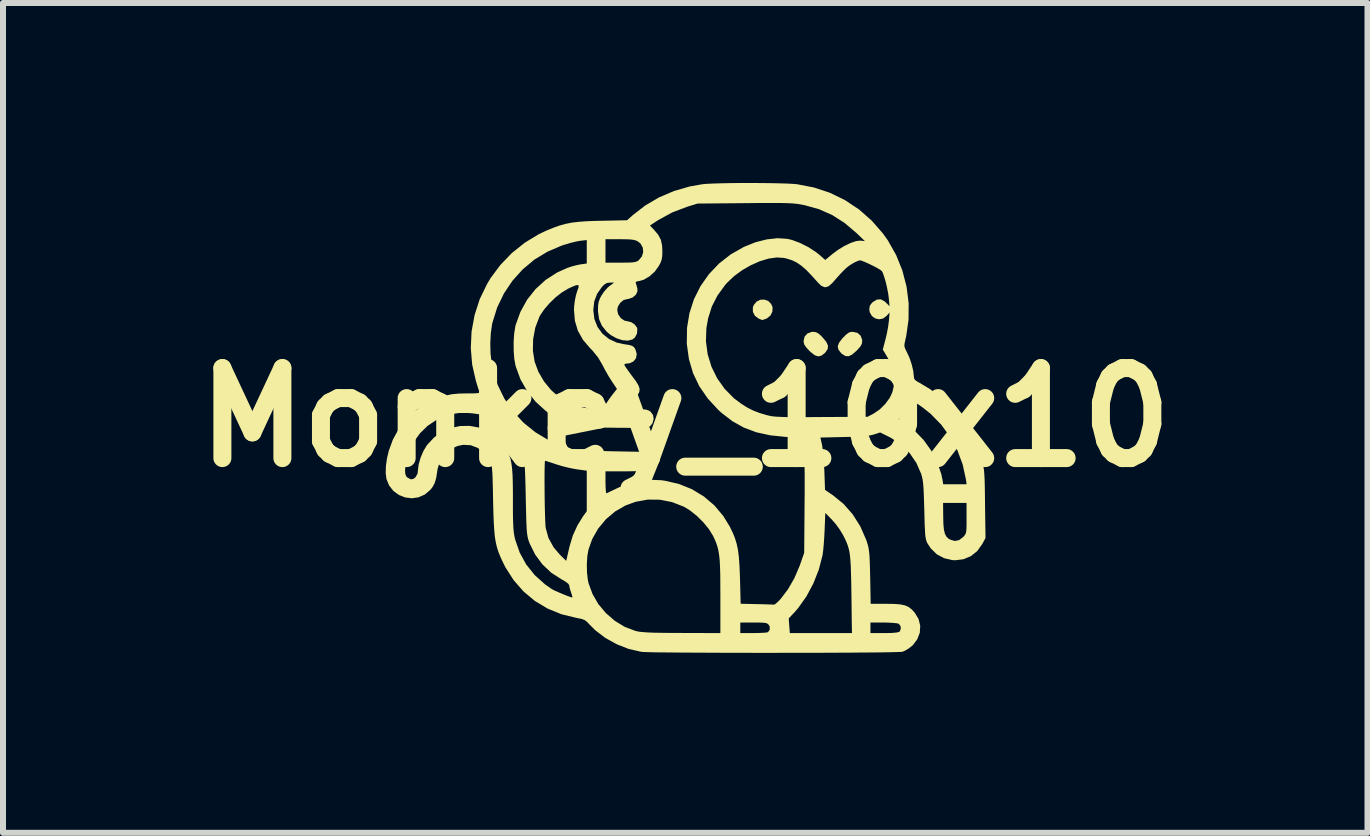
<source format=kicad_pcb>
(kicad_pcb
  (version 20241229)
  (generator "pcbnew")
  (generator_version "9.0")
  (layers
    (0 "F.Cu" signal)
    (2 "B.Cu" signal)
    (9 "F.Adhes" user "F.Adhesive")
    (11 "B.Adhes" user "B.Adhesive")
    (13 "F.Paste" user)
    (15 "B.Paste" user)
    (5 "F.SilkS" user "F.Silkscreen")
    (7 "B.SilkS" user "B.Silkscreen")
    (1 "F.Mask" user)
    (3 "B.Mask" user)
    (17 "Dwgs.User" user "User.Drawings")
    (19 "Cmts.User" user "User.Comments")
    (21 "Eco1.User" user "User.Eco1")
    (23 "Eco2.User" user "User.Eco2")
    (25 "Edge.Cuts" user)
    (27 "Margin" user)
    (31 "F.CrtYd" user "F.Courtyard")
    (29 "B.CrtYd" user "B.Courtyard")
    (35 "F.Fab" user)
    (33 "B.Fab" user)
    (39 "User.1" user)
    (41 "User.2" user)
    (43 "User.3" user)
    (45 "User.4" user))
  (footprint "Monkey_10x10"
    (layer "F.Cu")
    (at 8.371 3.907)
    (property "Reference" "Monkey_10x10" (at 0 0 0) (layer "F.SilkS") (effects (font (size 1.5 1.5) (thickness 0.3))))
    (attr board_only exclude_from_pos_files exclude_from_bom)
    (fp_poly (pts (xy 1.384 -1.94) (xy 1.433 -1.891) (xy 1.456 -1.836) (xy 1.453 -1.764) (xy 1.42 -1.697) (xy 1.363 -1.651) (xy 1.346 -1.643) (xy 1.303 -1.629) (xy 1.282 -1.622) (xy 1.282 -1.622) (xy 1.265 -1.63) (xy 1.225 -1.647) (xy 1.218 -1.65) (xy 1.16 -1.695) (xy 1.128 -1.759) (xy 1.127 -1.832) (xy 1.141 -1.872) (xy 1.189 -1.93) (xy 1.252 -1.961) (xy 1.321 -1.963)) (stroke (width 0) (type solid)) (fill yes) (layer "F.SilkS"))
    (fp_poly (pts (xy 2.177 -1.421) (xy 2.216 -1.402) (xy 2.262 -1.362) (xy 2.293 -1.329) (xy 2.353 -1.256) (xy 2.38 -1.195) (xy 2.375 -1.141) (xy 2.339 -1.086) (xy 2.327 -1.073) (xy 2.27 -1.029) (xy 2.216 -1.017) (xy 2.157 -1.037) (xy 2.089 -1.091) (xy 2.068 -1.111) (xy 2.015 -1.169) (xy 1.985 -1.213) (xy 1.974 -1.255) (xy 1.973 -1.274) (xy 1.99 -1.347) (xy 2.037 -1.399) (xy 2.108 -1.425) (xy 2.133 -1.426)) (stroke (width 0) (type solid)) (fill yes) (layer "F.SilkS"))
    (fp_poly (pts (xy 2.869 -1.41) (xy 2.923 -1.363) (xy 2.949 -1.294) (xy 2.95 -1.271) (xy 2.944 -1.227) (xy 2.921 -1.184) (xy 2.874 -1.13) (xy 2.855 -1.111) (xy 2.783 -1.048) (xy 2.723 -1.019) (xy 2.668 -1.023) (xy 2.612 -1.059) (xy 2.597 -1.073) (xy 2.554 -1.129) (xy 2.542 -1.183) (xy 2.562 -1.241) (xy 2.614 -1.312) (xy 2.631 -1.329) (xy 2.684 -1.383) (xy 2.725 -1.413) (xy 2.764 -1.425) (xy 2.793 -1.426)) (stroke (width 0) (type solid)) (fill yes) (layer "F.SilkS"))
    (fp_poly (pts (xy 1.267 -3.906) (xy 1.431 -3.904) (xy 1.581 -3.901) (xy 1.71 -3.897) (xy 1.812 -3.891) (xy 1.866 -3.886) (xy 2.146 -3.832) (xy 2.414 -3.743) (xy 2.665 -3.62) (xy 2.898 -3.465) (xy 3.109 -3.279) (xy 3.295 -3.066) (xy 3.377 -2.951) (xy 3.515 -2.707) (xy 3.619 -2.449) (xy 3.689 -2.18) (xy 3.724 -1.905) (xy 3.722 -1.629) (xy 3.684 -1.357) (xy 3.666 -1.279) (xy 3.654 -1.222) (xy 3.654 -1.181) (xy 3.669 -1.137) (xy 3.696 -1.085) (xy 3.739 -0.99) (xy 3.775 -0.883) (xy 3.8 -0.778) (xy 3.81 -0.691) (xy 3.81 -0.69) (xy 3.814 -0.65) (xy 3.833 -0.621) (xy 3.874 -0.593) (xy 3.903 -0.578) (xy 4.08 -0.472) (xy 4.257 -0.336) (xy 4.425 -0.18) (xy 4.574 -0.011) (xy 4.662 0.11) (xy 4.768 0.284) (xy 4.853 0.462) (xy 4.925 0.659) (xy 4.937 0.698) (xy 4.952 0.749) (xy 4.964 0.795) (xy 4.974 0.841) (xy 4.981 0.893) (xy 4.986 0.956) (xy 4.99 1.037) (xy 4.993 1.14) (xy 4.995 1.271) (xy 4.997 1.435) (xy 4.997 1.44) (xy 5.005 2.011) (xy 4.95 2.112) (xy 4.867 2.228) (xy 4.761 2.313) (xy 4.638 2.364) (xy 4.5 2.381) (xy 4.455 2.379) (xy 4.316 2.347) (xy 4.194 2.282) (xy 4.094 2.185) (xy 4.038 2.1) (xy 4.025 2.073) (xy 4.015 2.043) (xy 4.007 2.005) (xy 4 1.953) (xy 3.996 1.882) (xy 3.991 1.787) (xy 3.988 1.663) (xy 3.985 1.544) (xy 3.981 1.426) (xy 4.298 1.426) (xy 4.3 1.646) (xy 4.303 1.776) (xy 4.312 1.872) (xy 4.329 1.942) (xy 4.356 1.991) (xy 4.394 2.025) (xy 4.415 2.036) (xy 4.493 2.06) (xy 4.564 2.046) (xy 4.632 1.994) (xy 4.636 1.991) (xy 4.657 1.966) (xy 4.672 1.942) (xy 4.682 1.911) (xy 4.687 1.864) (xy 4.689 1.796) (xy 4.689 1.696) (xy 4.689 1.68) (xy 4.689 1.426) (xy 4.494 1.426) (xy 4.298 1.426) (xy 3.981 1.426) (xy 3.98 1.389) (xy 3.976 1.267) (xy 3.971 1.173) (xy 3.965 1.099) (xy 3.957 1.041) (xy 3.947 0.992) (xy 3.934 0.946) (xy 3.93 0.935) (xy 3.852 0.757) (xy 3.741 0.596) (xy 3.601 0.457) (xy 3.437 0.345) (xy 3.391 0.321) (xy 3.249 0.251) (xy 3.144 0.285) (xy 3.093 0.298) (xy 3.028 0.308) (xy 2.944 0.316) (xy 2.834 0.322) (xy 2.692 0.326) (xy 2.645 0.327) (xy 2.253 0.336) (xy 2.28 0.456) (xy 2.29 0.518) (xy 2.3 0.609) (xy 2.309 0.719) (xy 2.316 0.837) (xy 2.319 0.892) (xy 2.33 1.208) (xy 2.465 1.3) (xy 2.64 1.443) (xy 2.791 1.615) (xy 2.917 1.814) (xy 3.014 2.035) (xy 3.03 2.081) (xy 3.045 2.13) (xy 3.056 2.178) (xy 3.064 2.233) (xy 3.071 2.3) (xy 3.075 2.386) (xy 3.079 2.498) (xy 3.082 2.641) (xy 3.083 2.662) (xy 3.091 3.107) (xy 3.353 3.107) (xy 3.486 3.109) (xy 3.587 3.117) (xy 3.664 3.134) (xy 3.725 3.161) (xy 3.777 3.202) (xy 3.826 3.256) (xy 3.889 3.36) (xy 3.917 3.473) (xy 3.91 3.588) (xy 3.868 3.698) (xy 3.793 3.797) (xy 3.783 3.806) (xy 3.721 3.854) (xy 3.656 3.892) (xy 3.621 3.906) (xy 3.591 3.909) (xy 3.525 3.911) (xy 3.427 3.914) (xy 3.299 3.916) (xy 3.144 3.918) (xy 2.966 3.919) (xy 2.767 3.921) (xy 2.551 3.922) (xy 2.321 3.923) (xy 2.08 3.924) (xy 1.831 3.924) (xy 1.578 3.924) (xy 1.322 3.925) (xy 1.069 3.924) (xy 0.819 3.924) (xy 0.578 3.923) (xy 0.347 3.922) (xy 0.13 3.921) (xy -0.07 3.92) (xy -0.249 3.918) (xy -0.405 3.917) (xy -0.535 3.915) (xy -0.636 3.912) (xy -0.703 3.91) (xy -0.733 3.907) (xy -0.94 3.86) (xy -1.142 3.781) (xy -1.331 3.676) (xy -1.498 3.549) (xy -1.597 3.45) (xy -1.64 3.405) (xy -1.68 3.376) (xy -1.73 3.358) (xy -1.804 3.344) (xy -1.807 3.343) (xy -2.06 3.282) (xy -2.293 3.187) (xy -2.505 3.06) (xy -2.694 2.902) (xy -2.858 2.715) (xy -2.996 2.501) (xy -3.046 2.4) (xy -3.084 2.316) (xy -3.115 2.238) (xy -3.139 2.161) (xy -3.158 2.08) (xy -3.173 1.989) (xy -3.183 1.882) (xy -3.191 1.753) (xy -3.197 1.599) (xy -3.202 1.412) (xy -3.203 1.358) (xy -3.206 1.183) (xy -3.21 1.042) (xy -3.214 0.93) (xy -3.221 0.844) (xy -3.23 0.778) (xy -3.242 0.728) (xy -3.259 0.689) (xy -3.282 0.657) (xy -3.31 0.626) (xy -3.344 0.593) (xy -3.456 0.51) (xy -3.574 0.464) (xy -3.699 0.457) (xy -3.793 0.476) (xy -3.918 0.531) (xy -4.016 0.613) (xy -4.086 0.723) (xy -4.127 0.857) (xy -4.133 0.899) (xy -4.151 1.011) (xy -4.177 1.097) (xy -4.215 1.166) (xy -4.247 1.206) (xy -4.339 1.285) (xy -4.445 1.332) (xy -4.556 1.348) (xy -4.668 1.334) (xy -4.772 1.293) (xy -4.864 1.226) (xy -4.936 1.134) (xy -4.98 1.026) (xy -4.992 0.931) (xy -4.991 0.882) (xy -4.67 0.882) (xy -4.665 0.946) (xy -4.649 0.984) (xy -4.626 1.005) (xy -4.574 1.032) (xy -4.531 1.026) (xy -4.494 0.996) (xy -4.461 0.936) (xy -4.455 0.88) (xy -4.443 0.783) (xy -4.411 0.672) (xy -4.364 0.561) (xy -4.307 0.466) (xy -4.301 0.458) (xy -4.185 0.333) (xy -4.051 0.24) (xy -3.905 0.176) (xy -3.752 0.144) (xy -3.596 0.141) (xy -3.443 0.168) (xy -3.298 0.225) (xy -3.166 0.312) (xy -3.052 0.428) (xy -2.995 0.511) (xy -2.961 0.572) (xy -2.934 0.631) (xy -2.912 0.693) (xy -2.897 0.765) (xy -2.886 0.851) (xy -2.878 0.956) (xy -2.874 1.087) (xy -2.872 1.248) (xy -2.872 1.369) (xy -2.872 1.532) (xy -2.871 1.661) (xy -2.868 1.764) (xy -2.864 1.844) (xy -2.858 1.909) (xy -2.85 1.964) (xy -2.84 2.014) (xy -2.834 2.037) (xy -2.759 2.253) (xy -2.651 2.451) (xy -2.509 2.628) (xy -2.335 2.784) (xy -2.223 2.862) (xy -2.185 2.882) (xy -2.128 2.908) (xy -2.06 2.937) (xy -1.992 2.965) (xy -1.933 2.987) (xy -1.892 3) (xy -1.88 3.001) (xy -1.883 2.981) (xy -1.896 2.937) (xy -1.905 2.912) (xy -1.923 2.854) (xy -1.933 2.807) (xy -1.934 2.796) (xy -1.952 2.77) (xy -2 2.734) (xy -2.063 2.698) (xy -2.233 2.589) (xy -2.381 2.449) (xy -2.383 2.447) (xy -1.64 2.447) (xy -1.637 2.584) (xy -1.623 2.709) (xy -1.611 2.764) (xy -1.545 2.944) (xy -1.447 3.113) (xy -1.321 3.263) (xy -1.173 3.391) (xy -1.009 3.491) (xy -0.832 3.558) (xy -0.808 3.564) (xy -0.762 3.573) (xy -0.699 3.579) (xy -0.615 3.585) (xy -0.505 3.589) (xy -0.367 3.591) (xy -0.196 3.593) (xy -0.054 3.593) (xy 0.586 3.595) (xy 0.586 3.419) (xy 0.918 3.419) (xy 0.918 3.507) (xy 0.918 3.595) (xy 1.138 3.595) (xy 1.228 3.593) (xy 1.304 3.59) (xy 1.358 3.585) (xy 1.379 3.58) (xy 1.409 3.539) (xy 1.408 3.486) (xy 1.394 3.461) (xy 1.379 3.443) (xy 1.357 3.431) (xy 1.321 3.424) (xy 1.264 3.42) (xy 1.178 3.419) (xy 1.142 3.419) (xy 0.918 3.419) (xy 0.586 3.419) (xy 0.586 3.351) (xy 1.725 3.351) (xy 1.734 3.473) (xy 1.744 3.595) (xy 2.261 3.595) (xy 2.779 3.595) (xy 2.776 3.419) (xy 3.087 3.419) (xy 3.087 3.507) (xy 3.087 3.595) (xy 3.318 3.595) (xy 3.439 3.593) (xy 3.522 3.586) (xy 3.566 3.575) (xy 3.572 3.572) (xy 3.593 3.528) (xy 3.589 3.478) (xy 3.56 3.441) (xy 3.557 3.439) (xy 3.523 3.431) (xy 3.459 3.425) (xy 3.376 3.42) (xy 3.303 3.419) (xy 3.087 3.419) (xy 2.776 3.419) (xy 2.77 2.945) (xy 2.767 2.755) (xy 2.763 2.599) (xy 2.759 2.471) (xy 2.752 2.368) (xy 2.744 2.284) (xy 2.731 2.213) (xy 2.715 2.152) (xy 2.694 2.094) (xy 2.668 2.035) (xy 2.635 1.97) (xy 2.624 1.949) (xy 2.573 1.866) (xy 2.508 1.777) (xy 2.445 1.705) (xy 2.335 1.592) (xy 2.323 1.885) (xy 2.317 2) (xy 2.309 2.113) (xy 2.3 2.211) (xy 2.291 2.284) (xy 2.288 2.299) (xy 2.227 2.536) (xy 2.136 2.767) (xy 2.021 2.983) (xy 1.884 3.176) (xy 1.819 3.251) (xy 1.725 3.351) (xy 0.586 3.351) (xy 0.586 2.975) (xy 0.585 2.779) (xy 0.584 2.618) (xy 0.58 2.485) (xy 0.574 2.376) (xy 0.564 2.287) (xy 0.551 2.211) (xy 0.534 2.144) (xy 0.512 2.081) (xy 0.484 2.017) (xy 0.464 1.974) (xy 0.395 1.863) (xy 0.301 1.748) (xy 0.191 1.639) (xy 0.075 1.547) (xy -0.02 1.49) (xy -0.218 1.412) (xy -0.421 1.372) (xy -0.625 1.37) (xy -0.827 1.407) (xy -0.993 1.467) (xy -1.167 1.567) (xy -1.321 1.697) (xy -1.45 1.852) (xy -1.55 2.027) (xy -1.612 2.202) (xy -1.632 2.314) (xy -1.64 2.447) (xy -2.383 2.447) (xy -2.502 2.285) (xy -2.593 2.101) (xy -2.594 2.098) (xy -2.608 2.06) (xy -2.619 2.024) (xy -2.628 1.986) (xy -2.635 1.941) (xy -2.641 1.884) (xy -2.645 1.809) (xy -2.649 1.713) (xy -2.652 1.591) (xy -2.656 1.437) (xy -2.658 1.338) (xy -2.662 1.142) (xy -2.664 1.088) (xy -2.345 1.088) (xy -2.344 1.213) (xy -2.343 1.341) (xy -2.341 1.467) (xy -2.338 1.585) (xy -2.335 1.689) (xy -2.331 1.772) (xy -2.327 1.83) (xy -2.325 1.845) (xy -2.279 2.01) (xy -2.196 2.162) (xy -2.092 2.285) (xy -1.984 2.391) (xy -1.97 2.334) (xy -1.959 2.285) (xy -1.943 2.214) (xy -1.925 2.14) (xy -1.874 1.971) (xy -1.798 1.803) (xy -1.709 1.658) (xy -1.641 1.563) (xy -1.641 1.225) (xy -1.641 0.888) (xy -1.805 0.866) (xy -1.902 0.848) (xy -2.015 0.822) (xy -2.123 0.791) (xy -2.148 0.783) (xy -2.225 0.757) (xy -2.288 0.737) (xy -2.327 0.725) (xy -2.336 0.723) (xy -2.34 0.741) (xy -2.342 0.793) (xy -2.344 0.872) (xy -2.345 0.972) (xy -2.345 1.088) (xy -2.664 1.088) (xy -2.667 0.981) (xy -2.673 0.85) (xy -2.682 0.743) (xy -2.695 0.658) (xy -2.712 0.59) (xy -2.736 0.533) (xy -2.766 0.483) (xy -2.803 0.436) (xy -2.85 0.387) (xy -2.887 0.352) (xy -2.959 0.281) (xy -3.032 0.205) (xy -3.094 0.139) (xy -3.107 0.125) (xy -3.19 0.047) (xy -3.287 -0.009) (xy -3.403 -0.047) (xy -3.547 -0.068) (xy -3.616 -0.073) (xy -3.769 -0.073) (xy -3.903 -0.054) (xy -4.034 -0.011) (xy -4.152 0.046) (xy -4.294 0.141) (xy -4.42 0.264) (xy -4.525 0.408) (xy -4.604 0.566) (xy -4.654 0.731) (xy -4.67 0.882) (xy -4.991 0.882) (xy -4.989 0.813) (xy -4.971 0.683) (xy -4.941 0.557) (xy -4.873 0.371) (xy -4.783 0.207) (xy -4.663 0.054) (xy -4.6 -0.012) (xy -4.518 -0.092) (xy -4.446 -0.152) (xy -4.373 -0.2) (xy -4.285 -0.247) (xy -4.258 -0.26) (xy -4.124 -0.32) (xy -4.009 -0.36) (xy -3.896 -0.385) (xy -3.773 -0.397) (xy -3.639 -0.4) (xy -3.543 -0.4) (xy -3.48 -0.402) (xy -3.444 -0.407) (xy -3.43 -0.416) (xy -3.431 -0.429) (xy -3.431 -0.429) (xy -3.443 -0.461) (xy -3.462 -0.52) (xy -3.484 -0.593) (xy -3.489 -0.608) (xy -3.551 -0.88) (xy -3.574 -1.156) (xy -3.57 -1.242) (xy -3.249 -1.242) (xy -3.245 -1.068) (xy -3.227 -0.903) (xy -3.207 -0.794) (xy -3.127 -0.543) (xy -3.014 -0.312) (xy -2.869 -0.101) (xy -2.697 0.087) (xy -2.497 0.248) (xy -2.274 0.382) (xy -2.028 0.486) (xy -1.95 0.51) (xy -1.906 0.523) (xy -1.861 0.532) (xy -1.81 0.54) (xy -1.747 0.547) (xy -1.669 0.552) (xy -1.569 0.556) (xy -1.442 0.559) (xy -1.284 0.563) (xy -1.205 0.565) (xy -0.602 0.576) (xy -0.565 0.623) (xy -0.537 0.675) (xy -0.528 0.723) (xy -0.531 0.779) (xy -0.545 0.821) (xy -0.573 0.853) (xy -0.62 0.874) (xy -0.691 0.888) (xy -0.789 0.896) (xy -0.92 0.898) (xy -0.995 0.899) (xy -1.329 0.899) (xy -1.329 1.086) (xy -1.327 1.165) (xy -1.323 1.226) (xy -1.318 1.261) (xy -1.314 1.266) (xy -1.107 1.168) (xy -0.919 1.099) (xy -0.743 1.057) (xy -0.572 1.04) (xy -0.401 1.047) (xy -0.342 1.055) (xy -0.106 1.109) (xy 0.112 1.197) (xy 0.31 1.317) (xy 0.485 1.466) (xy 0.635 1.644) (xy 0.742 1.819) (xy 0.791 1.919) (xy 0.829 2.013) (xy 0.858 2.109) (xy 0.88 2.214) (xy 0.895 2.336) (xy 0.905 2.481) (xy 0.912 2.656) (xy 0.913 2.691) (xy 0.924 3.106) (xy 1.19 3.112) (xy 1.289 3.114) (xy 1.375 3.117) (xy 1.44 3.119) (xy 1.475 3.121) (xy 1.479 3.122) (xy 1.502 3.11) (xy 1.542 3.076) (xy 1.59 3.026) (xy 1.592 3.024) (xy 1.712 2.866) (xy 1.818 2.682) (xy 1.905 2.48) (xy 1.917 2.447) (xy 1.983 2.257) (xy 1.989 1.468) (xy 1.991 1.263) (xy 1.991 1.092) (xy 1.991 0.952) (xy 1.989 0.836) (xy 1.986 0.742) (xy 1.98 0.664) (xy 1.973 0.597) (xy 1.964 0.538) (xy 1.952 0.481) (xy 1.937 0.423) (xy 1.934 0.408) (xy 1.915 0.338) (xy 1.675 0.325) (xy 1.418 0.299) (xy 1.186 0.248) (xy 0.977 0.17) (xy 0.785 0.063) (xy 0.743 0.03) (xy 3.556 0.03) (xy 3.571 0.043) (xy 3.611 0.069) (xy 3.657 0.098) (xy 3.824 0.222) (xy 3.973 0.376) (xy 4.1 0.553) (xy 4.2 0.746) (xy 4.269 0.948) (xy 4.288 1.04) (xy 4.3 1.114) (xy 4.495 1.114) (xy 4.69 1.114) (xy 4.678 1.031) (xy 4.624 0.783) (xy 4.535 0.545) (xy 4.414 0.322) (xy 4.265 0.119) (xy 4.09 -0.06) (xy 3.957 -0.166) (xy 3.875 -0.223) (xy 3.818 -0.26) (xy 3.781 -0.276) (xy 3.755 -0.273) (xy 3.736 -0.251) (xy 3.716 -0.213) (xy 3.713 -0.206) (xy 3.673 -0.135) (xy 3.626 -0.064) (xy 3.613 -0.047) (xy 3.58 -0.004) (xy 3.559 0.025) (xy 3.556 0.03) (xy 0.743 0.03) (xy 0.606 -0.075) (xy 0.552 -0.124) (xy 0.375 -0.316) (xy 0.235 -0.519) (xy 0.131 -0.736) (xy 0.062 -0.97) (xy 0.027 -1.221) (xy 0.026 -1.241) (xy 0.027 -1.269) (xy 0.345 -1.269) (xy 0.374 -1.053) (xy 0.437 -0.846) (xy 0.533 -0.651) (xy 0.659 -0.474) (xy 0.813 -0.318) (xy 0.935 -0.227) (xy 1.04 -0.161) (xy 1.136 -0.113) (xy 1.238 -0.074) (xy 1.358 -0.038) (xy 1.396 -0.029) (xy 1.435 -0.021) (xy 1.48 -0.015) (xy 1.535 -0.011) (xy 1.604 -0.008) (xy 1.692 -0.005) (xy 1.804 -0.004) (xy 1.942 -0.004) (xy 2.112 -0.005) (xy 2.266 -0.006) (xy 3.038 -0.01) (xy 3.138 -0.062) (xy 3.24 -0.131) (xy 3.333 -0.223) (xy 3.409 -0.326) (xy 3.451 -0.416) (xy 3.472 -0.501) (xy 3.484 -0.6) (xy 3.486 -0.645) (xy 3.477 -0.741) (xy 3.451 -0.838) (xy 3.403 -0.945) (xy 3.337 -1.058) (xy 3.293 -1.13) (xy 3.338 -1.301) (xy 3.361 -1.399) (xy 3.381 -1.505) (xy 3.393 -1.597) (xy 3.395 -1.61) (xy 3.406 -1.749) (xy 3.358 -1.693) (xy 3.298 -1.648) (xy 3.231 -1.635) (xy 3.165 -1.65) (xy 3.11 -1.691) (xy 3.075 -1.753) (xy 3.068 -1.807) (xy 3.078 -1.864) (xy 3.116 -1.913) (xy 3.128 -1.923) (xy 3.196 -1.964) (xy 3.26 -1.968) (xy 3.325 -1.933) (xy 3.346 -1.913) (xy 3.406 -1.853) (xy 3.393 -1.987) (xy 3.382 -2.072) (xy 3.363 -2.166) (xy 3.341 -2.261) (xy 3.316 -2.345) (xy 3.293 -2.41) (xy 3.276 -2.44) (xy 3.247 -2.462) (xy 3.193 -2.494) (xy 3.124 -2.53) (xy 3.051 -2.565) (xy 2.983 -2.595) (xy 2.932 -2.614) (xy 2.912 -2.618) (xy 2.879 -2.609) (xy 2.827 -2.585) (xy 2.784 -2.562) (xy 2.741 -2.534) (xy 2.698 -2.502) (xy 2.65 -2.458) (xy 2.593 -2.399) (xy 2.521 -2.319) (xy 2.45 -2.238) (xy 2.388 -2.184) (xy 2.33 -2.168) (xy 2.271 -2.191) (xy 2.22 -2.239) (xy 2.11 -2.361) (xy 2.018 -2.457) (xy 1.936 -2.528) (xy 1.859 -2.581) (xy 1.781 -2.619) (xy 1.696 -2.646) (xy 1.646 -2.658) (xy 1.527 -2.666) (xy 1.391 -2.647) (xy 1.244 -2.603) (xy 1.095 -2.537) (xy 0.95 -2.454) (xy 0.815 -2.355) (xy 0.698 -2.244) (xy 0.667 -2.209) (xy 0.538 -2.032) (xy 0.444 -1.849) (xy 0.382 -1.652) (xy 0.353 -1.489) (xy 0.345 -1.269) (xy 0.027 -1.269) (xy 0.03 -1.494) (xy 0.071 -1.738) (xy 0.146 -1.971) (xy 0.255 -2.188) (xy 0.395 -2.387) (xy 0.564 -2.565) (xy 0.76 -2.718) (xy 0.979 -2.842) (xy 1.17 -2.919) (xy 1.359 -2.967) (xy 1.538 -2.987) (xy 1.702 -2.976) (xy 1.779 -2.958) (xy 1.913 -2.908) (xy 2.052 -2.838) (xy 2.177 -2.757) (xy 2.238 -2.709) (xy 2.334 -2.624) (xy 2.452 -2.722) (xy 2.55 -2.795) (xy 2.654 -2.858) (xy 2.756 -2.907) (xy 2.846 -2.938) (xy 2.918 -2.947) (xy 2.924 -2.946) (xy 2.995 -2.938) (xy 2.851 -3.076) (xy 2.655 -3.242) (xy 2.451 -3.372) (xy 2.233 -3.469) (xy 1.995 -3.536) (xy 1.978 -3.539) (xy 1.928 -3.549) (xy 1.88 -3.557) (xy 1.827 -3.563) (xy 1.767 -3.568) (xy 1.695 -3.571) (xy 1.606 -3.573) (xy 1.495 -3.574) (xy 1.359 -3.574) (xy 1.193 -3.573) (xy 0.998 -3.571) (xy 0.205 -3.564) (xy 0.033 -3.511) (xy -0.215 -3.417) (xy -0.444 -3.292) (xy -0.482 -3.268) (xy -0.588 -3.198) (xy -0.521 -3.128) (xy -0.45 -3.044) (xy -0.407 -2.962) (xy -0.386 -2.869) (xy -0.381 -2.774) (xy -0.383 -2.691) (xy -0.392 -2.631) (xy -0.412 -2.576) (xy -0.442 -2.521) (xy -0.51 -2.427) (xy -0.598 -2.349) (xy -0.693 -2.294) (xy -0.762 -2.274) (xy -0.81 -2.265) (xy -0.826 -2.251) (xy -0.819 -2.221) (xy -0.812 -2.204) (xy -0.797 -2.147) (xy -0.797 -2.098) (xy -0.825 -2.042) (xy -0.879 -1.998) (xy -0.944 -1.975) (xy -0.962 -1.973) (xy -1.027 -1.956) (xy -1.084 -1.909) (xy -1.123 -1.845) (xy -1.133 -1.788) (xy -1.117 -1.716) (xy -1.073 -1.654) (xy -1.013 -1.613) (xy -0.96 -1.602) (xy -0.9 -1.587) (xy -0.844 -1.55) (xy -0.806 -1.501) (xy -0.798 -1.475) (xy -0.804 -1.395) (xy -0.84 -1.329) (xy -0.881 -1.298) (xy -0.957 -1.279) (xy -1.049 -1.287) (xy -1.146 -1.319) (xy -1.241 -1.372) (xy -1.308 -1.428) (xy -1.388 -1.527) (xy -1.435 -1.635) (xy -1.454 -1.763) (xy -1.454 -1.788) (xy -1.452 -1.871) (xy -1.441 -1.933) (xy -1.417 -1.992) (xy -1.398 -2.028) (xy -1.352 -2.097) (xy -1.295 -2.161) (xy -1.263 -2.189) (xy -1.184 -2.247) (xy -1.254 -2.247) (xy -1.306 -2.24) (xy -1.349 -2.214) (xy -1.388 -2.175) (xy -1.469 -2.059) (xy -1.516 -1.934) (xy -1.532 -1.792) (xy -1.532 -1.788) (xy -1.514 -1.64) (xy -1.462 -1.508) (xy -1.38 -1.395) (xy -1.271 -1.307) (xy -1.139 -1.246) (xy -1.026 -1.221) (xy -0.945 -1.209) (xy -0.894 -1.196) (xy -0.862 -1.178) (xy -0.839 -1.15) (xy -0.829 -1.13) (xy -0.808 -1.056) (xy -0.82 -0.987) (xy -0.861 -0.934) (xy -0.924 -0.903) (xy -0.962 -0.899) (xy -1.001 -0.893) (xy -1.016 -0.88) (xy -1.005 -0.857) (xy -0.974 -0.811) (xy -0.93 -0.749) (xy -0.891 -0.696) (xy -0.822 -0.604) (xy -0.779 -0.533) (xy -0.76 -0.476) (xy -0.765 -0.425) (xy -0.793 -0.372) (xy -0.845 -0.309) (xy -0.869 -0.282) (xy -0.919 -0.227) (xy -0.956 -0.181) (xy -0.975 -0.155) (xy -0.976 -0.151) (xy -0.959 -0.145) (xy -0.91 -0.14) (xy -0.841 -0.137) (xy -0.804 -0.137) (xy -0.715 -0.135) (xy -0.656 -0.13) (xy -0.615 -0.118) (xy -0.583 -0.099) (xy -0.579 -0.096) (xy -0.537 -0.041) (xy -0.526 0.027) (xy -0.544 0.094) (xy -0.574 0.135) (xy -0.588 0.147) (xy -0.604 0.157) (xy -0.625 0.165) (xy -0.658 0.17) (xy -0.705 0.173) (xy -0.771 0.175) (xy -0.861 0.175) (xy -0.98 0.174) (xy -1.132 0.173) (xy -1.195 0.172) (xy -1.359 0.17) (xy -1.49 0.168) (xy -1.593 0.166) (xy -1.673 0.162) (xy -1.734 0.158) (xy -1.783 0.151) (xy -1.825 0.142) (xy -1.865 0.131) (xy -1.909 0.116) (xy -1.925 0.111) (xy -2.134 0.017) (xy -2.325 -0.108) (xy -2.493 -0.261) (xy -2.634 -0.437) (xy -2.746 -0.634) (xy -2.824 -0.847) (xy -2.828 -0.86) (xy -2.849 -0.974) (xy -2.859 -1.111) (xy -2.859 -1.111) (xy -2.539 -1.111) (xy -2.51 -0.929) (xy -2.448 -0.761) (xy -2.354 -0.6) (xy -2.235 -0.455) (xy -2.097 -0.333) (xy -2.009 -0.277) (xy -1.883 -0.219) (xy -1.737 -0.173) (xy -1.589 -0.145) (xy -1.495 -0.138) (xy -1.377 -0.137) (xy -1.323 -0.222) (xy -1.277 -0.292) (xy -1.223 -0.366) (xy -1.204 -0.391) (xy -1.138 -0.474) (xy -1.225 -0.604) (xy -1.279 -0.69) (xy -1.336 -0.79) (xy -1.381 -0.877) (xy -1.452 -0.998) (xy -1.544 -1.112) (xy -1.582 -1.15) (xy -1.705 -1.294) (xy -1.79 -1.446) (xy -1.839 -1.61) (xy -1.854 -1.791) (xy -1.851 -1.855) (xy -1.84 -1.946) (xy -1.821 -2.037) (xy -1.8 -2.105) (xy -1.779 -2.162) (xy -1.776 -2.196) (xy -1.793 -2.207) (xy -1.834 -2.198) (xy -1.904 -2.168) (xy -1.951 -2.146) (xy -2.053 -2.085) (xy -2.161 -2.001) (xy -2.264 -1.901) (xy -2.354 -1.796) (xy -2.421 -1.696) (xy -2.43 -1.678) (xy -2.499 -1.497) (xy -2.535 -1.304) (xy -2.539 -1.111) (xy -2.859 -1.111) (xy -2.86 -1.257) (xy -2.851 -1.397) (xy -2.832 -1.517) (xy -2.826 -1.541) (xy -2.746 -1.761) (xy -2.635 -1.962) (xy -2.494 -2.139) (xy -2.326 -2.292) (xy -2.135 -2.415) (xy -1.969 -2.49) (xy -1.886 -2.518) (xy -1.799 -2.54) (xy -1.741 -2.551) (xy -1.641 -2.565) (xy -1.641 -2.76) (xy -1.641 -2.956) (xy -1.754 -2.943) (xy -1.822 -2.93) (xy -1.913 -2.908) (xy -2.01 -2.879) (xy -2.057 -2.864) (xy -2.296 -2.762) (xy -2.515 -2.629) (xy -2.71 -2.466) (xy -2.88 -2.277) (xy -3.022 -2.065) (xy -3.134 -1.833) (xy -3.212 -1.583) (xy -3.219 -1.554) (xy -3.24 -1.408) (xy -3.249 -1.242) (xy -3.57 -1.242) (xy -3.561 -1.432) (xy -3.511 -1.705) (xy -3.426 -1.969) (xy -3.304 -2.221) (xy -3.242 -2.325) (xy -3.079 -2.543) (xy -2.889 -2.74) (xy -2.675 -2.911) (xy -2.579 -2.97) (xy -1.329 -2.97) (xy -1.329 -2.774) (xy -1.329 -2.579) (xy -1.077 -2.579) (xy -0.971 -2.58) (xy -0.896 -2.582) (xy -0.846 -2.588) (xy -0.811 -2.597) (xy -0.785 -2.612) (xy -0.776 -2.618) (xy -0.723 -2.681) (xy -0.7 -2.756) (xy -0.708 -2.831) (xy -0.746 -2.898) (xy -0.787 -2.931) (xy -0.82 -2.948) (xy -0.859 -2.959) (xy -0.914 -2.966) (xy -0.991 -2.969) (xy -1.089 -2.97) (xy -1.329 -2.97) (xy -2.579 -2.97) (xy -2.445 -3.051) (xy -2.32 -3.111) (xy -2.203 -3.159) (xy -2.098 -3.197) (xy -1.997 -3.225) (xy -1.892 -3.246) (xy -1.775 -3.26) (xy -1.637 -3.27) (xy -1.472 -3.276) (xy -1.398 -3.277) (xy -0.969 -3.286) (xy -0.873 -3.372) (xy -0.668 -3.531) (xy -0.438 -3.666) (xy -0.188 -3.773) (xy 0.074 -3.849) (xy 0.283 -3.886) (xy 0.36 -3.893) (xy 0.469 -3.898) (xy 0.604 -3.902) (xy 0.757 -3.905) (xy 0.924 -3.907) (xy 1.096 -3.907)) (stroke (width 0) (type solid)) (fill yes) (layer "F.SilkS")))
  (gr_rect
    (start -3 -3)
    (end 19.743 10.831)
    (stroke (width 0.1) (type default))
    (fill no)
    (layer "Edge.Cuts")))
</source>
